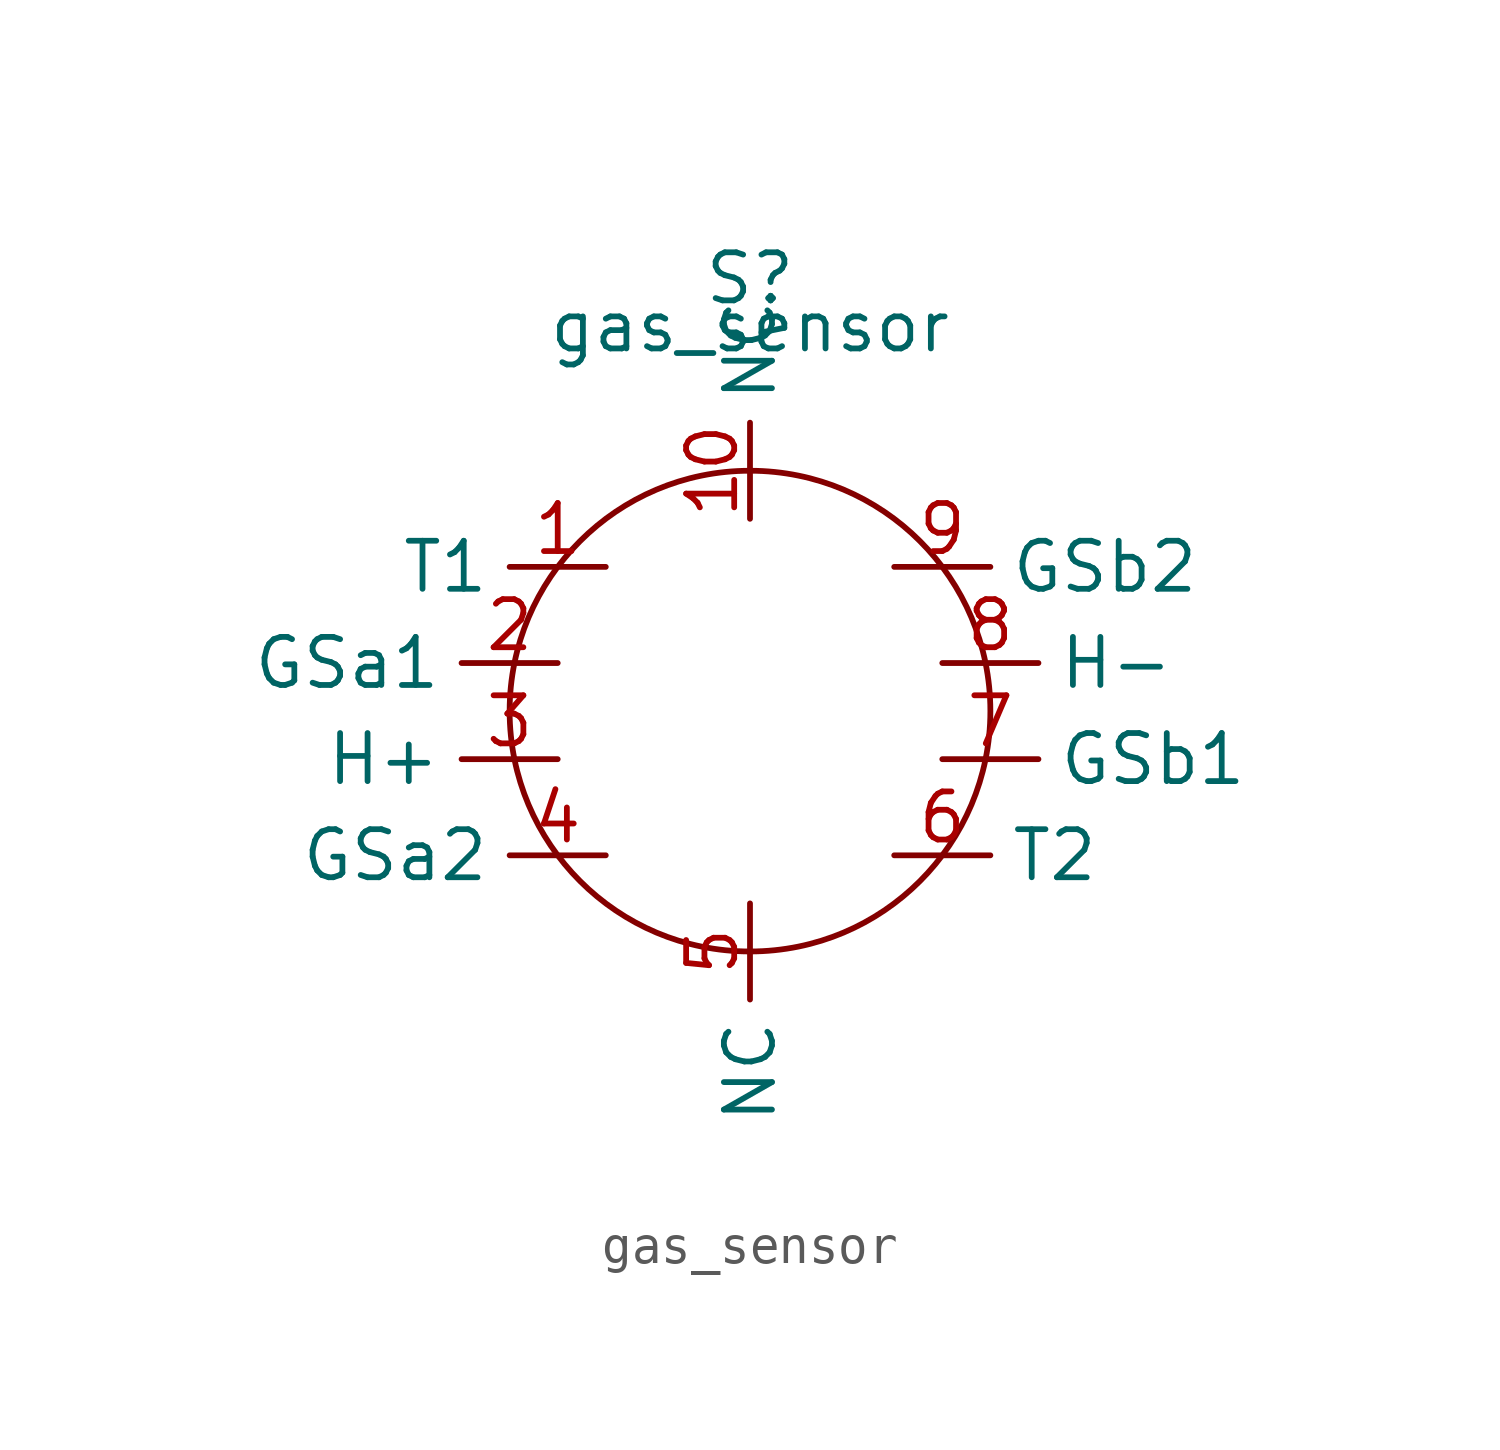
<source format=kicad_sym>
(kicad_symbol_lib
  (version 20211014)
  (generator kicad_symbol_editor)
  (symbol "gas_sensor"
    (property "Reference" "S"
      (at 0 3.81 0)
      (effects (font (size 1.27 1.27))))
    (property "Value" "gas_sensor"
      (at 0 2.54 0)
      (effects (font (size 1.27 1.27))))
    (symbol "gas_sensor_0_1"
      (circle (center 0 -7.62) (radius 6.35) (stroke (width 0.152) (type default) (color 0 0 0 0)) (fill (type none))))
    (symbol "gas_sensor_1_1"
      (pin bidirectional line (at -3.81 -3.81 180) (length 2.54) (name "T1" (effects (font (size 1.27 1.27)))) (number "1" (effects (font (size 1.27 1.27)))))
      (pin input line (at 0 -2.54 90) (length 2.54) (name "NC" (effects (font (size 1.27 1.27)))) (number "10" (effects (font (size 1.27 1.27)))))
      (pin input line (at -5.08 -6.35 180) (length 2.54) (name "GSa1" (effects (font (size 1.27 1.27)))) (number "2" (effects (font (size 1.27 1.27)))))
      (pin input line (at -5.08 -8.89 180) (length 2.54) (name "H+" (effects (font (size 1.27 1.27)))) (number "3" (effects (font (size 1.27 1.27)))))
      (pin input line (at -3.81 -11.43 180) (length 2.54) (name "GSa2" (effects (font (size 1.27 1.27)))) (number "4" (effects (font (size 1.27 1.27)))))
      (pin input line (at 0 -12.7 270) (length 2.54) (name "NC" (effects (font (size 1.27 1.27)))) (number "5" (effects (font (size 1.27 1.27)))))
      (pin input line (at 3.81 -11.43 0) (length 2.54) (name "T2" (effects (font (size 1.27 1.27)))) (number "6" (effects (font (size 1.27 1.27)))))
      (pin input line (at 5.08 -8.89 0) (length 2.54) (name "GSb1" (effects (font (size 1.27 1.27)))) (number "7" (effects (font (size 1.27 1.27)))))
      (pin input line (at 5.08 -6.35 0) (length 2.54) (name "H-" (effects (font (size 1.27 1.27)))) (number "8" (effects (font (size 1.27 1.27)))))
      (pin input line (at 3.81 -3.81 0) (length 2.54) (name "GSb2" (effects (font (size 1.27 1.27)))) (number "9" (effects (font (size 1.27 1.27))))))))
</source>
